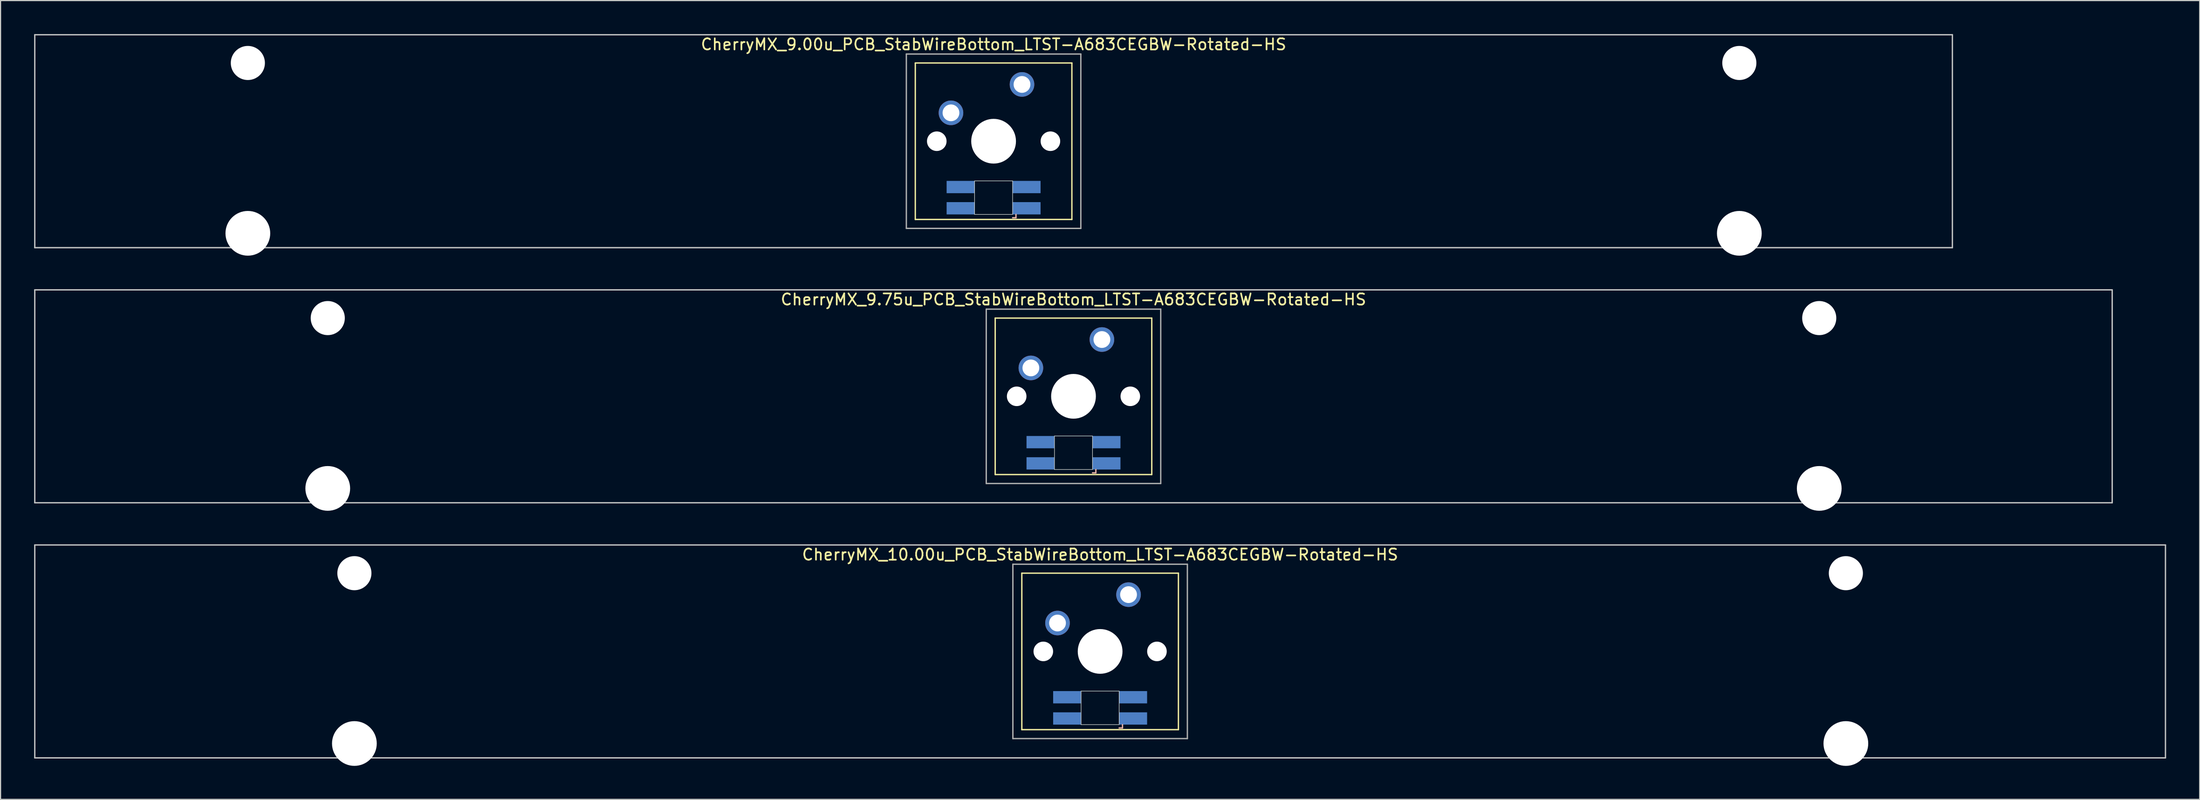
<source format=kicad_pcb>
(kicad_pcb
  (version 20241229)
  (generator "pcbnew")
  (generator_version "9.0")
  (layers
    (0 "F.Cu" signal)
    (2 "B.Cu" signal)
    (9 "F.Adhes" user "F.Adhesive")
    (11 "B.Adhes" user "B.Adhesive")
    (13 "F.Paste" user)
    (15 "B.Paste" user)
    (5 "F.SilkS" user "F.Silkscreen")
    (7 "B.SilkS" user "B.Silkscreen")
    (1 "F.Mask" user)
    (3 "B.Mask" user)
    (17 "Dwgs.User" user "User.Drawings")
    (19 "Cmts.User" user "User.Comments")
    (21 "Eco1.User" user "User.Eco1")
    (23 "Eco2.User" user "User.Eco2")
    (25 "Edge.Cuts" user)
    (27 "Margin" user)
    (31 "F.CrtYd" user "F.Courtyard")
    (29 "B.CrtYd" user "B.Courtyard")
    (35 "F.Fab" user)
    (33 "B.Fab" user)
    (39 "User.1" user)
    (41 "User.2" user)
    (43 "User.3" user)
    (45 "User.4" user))
  (footprint "CherryMX_9.75u_PCB_StabWireBottom_LTST-A683CEGBW-Rotated-HS"
    (layer "F.Cu")
    (at 92.929 32.41)
    (property "Reference" "CherryMX_9.75u_PCB_StabWireBottom_LTST-A683CEGBW-Rotated-HS" (at 0 -8.662 0) (layer "F.SilkS") (effects (font (size 1 1) (thickness 0.15))))
    (attr through_hole)
    (fp_line (start -7 -7) (end -7 7) (stroke (width 0.12) (type solid)) (layer "F.SilkS"))
    (fp_line (start -7 -7) (end 7 -7) (stroke (width 0.12) (type solid)) (layer "F.SilkS"))
    (fp_line (start 7 -7) (end 7 7) (stroke (width 0.12) (type solid)) (layer "F.SilkS"))
    (fp_line (start 7 7) (end -7 7) (stroke (width 0.12) (type solid)) (layer "F.SilkS"))
    (fp_line (start 1.7 6.85) (end 2 6.85) (stroke (width 0.12) (type solid)) (layer "B.SilkS"))
    (fp_line (start 2 6.85) (end 2 6.55) (stroke (width 0.12) (type solid)) (layer "B.SilkS"))
    (fp_line (start -92.869 -9.525) (end 92.869 -9.525) (stroke (width 0.12) (type solid)) (layer "Dwgs.User"))
    (fp_line (start -92.869 9.525) (end -92.869 -9.525) (stroke (width 0.12) (type solid)) (layer "Dwgs.User"))
    (fp_line (start 92.869 -9.525) (end 92.869 9.525) (stroke (width 0.12) (type solid)) (layer "Dwgs.User"))
    (fp_line (start 92.869 9.525) (end -92.869 9.525) (stroke (width 0.12) (type solid)) (layer "Dwgs.User"))
    (fp_line (start -1.7 3.55) (end 1.7 3.55) (stroke (width 0.05) (type solid)) (layer "Edge.Cuts"))
    (fp_line (start -1.7 6.55) (end -1.7 3.55) (stroke (width 0.05) (type solid)) (layer "Edge.Cuts"))
    (fp_line (start 1.7 3.55) (end 1.7 6.55) (stroke (width 0.05) (type solid)) (layer "Edge.Cuts"))
    (fp_line (start 1.7 6.55) (end -1.7 6.55) (stroke (width 0.05) (type solid)) (layer "Edge.Cuts"))
    (fp_line (start -7.8 -7.8) (end -7.8 7.8) (stroke (width 0.12) (type solid)) (layer "F.Fab"))
    (fp_line (start -7.8 -7.8) (end 7.8 -7.8) (stroke (width 0.12) (type solid)) (layer "F.Fab"))
    (fp_line (start -7.8 7.8) (end 7.8 7.8) (stroke (width 0.12) (type solid)) (layer "F.Fab"))
    (fp_line (start 7.8 -7.8) (end 7.8 7.8) (stroke (width 0.12) (type solid)) (layer "F.Fab"))
    (pad "" np_thru_hole circle (at -66.675 -7) (size 3.05 3.05) (drill 3.05) (layers "*.Cu" "*.Mask"))
    (pad "" np_thru_hole circle (at -66.675 8.24) (size 4 4) (drill 4) (layers "*.Cu" "*.Mask"))
    (pad "" np_thru_hole circle (at -5.08 0) (size 1.75 1.75) (drill 1.75) (layers "*.Cu" "*.Mask"))
    (pad "" np_thru_hole circle (at 0 0) (size 4 4) (drill 4) (layers "*.Cu" "*.Mask"))
    (pad "" np_thru_hole circle (at 5.08 0) (size 1.75 1.75) (drill 1.75) (layers "*.Cu" "*.Mask"))
    (pad "" np_thru_hole circle (at 66.675 -7) (size 3.05 3.05) (drill 3.05) (layers "*.Cu" "*.Mask"))
    (pad "" np_thru_hole circle (at 66.675 8.24) (size 4 4) (drill 4) (layers "*.Cu" "*.Mask"))
    (pad "1" thru_hole circle (at -3.81 -2.54) (size 2.2 2.2) (drill 1.5) (layers "*.Cu" "*.Mask"))
    (pad "2" thru_hole circle (at 2.54 -5.08) (size 2.2 2.2) (drill 1.5) (layers "*.Cu" "*.Mask"))
    (pad "3" smd rect (at 2.95 6) (size 2.5 1.1) (layers "B.Cu" "B.Mask" "B.Paste"))
    (pad "4" smd rect (at 2.95 4.1) (size 2.5 1.1) (layers "B.Cu" "B.Mask" "B.Paste"))
    (pad "5" smd rect (at -2.95 6) (size 2.5 1.1) (layers "B.Cu" "B.Mask" "B.Paste"))
    (pad "6" smd rect (at -2.95 4.1) (size 2.5 1.1) (layers "B.Cu" "B.Mask" "B.Paste")))
  (footprint "CherryMX_10.00u_PCB_StabWireBottom_LTST-A683CEGBW-Rotated-HS"
    (layer "F.Cu")
    (at 95.31 55.235)
    (property "Reference" "CherryMX_10.00u_PCB_StabWireBottom_LTST-A683CEGBW-Rotated-HS" (at 0 -8.662 0) (layer "F.SilkS") (effects (font (size 1 1) (thickness 0.15))))
    (attr through_hole)
    (fp_line (start -7 -7) (end -7 7) (stroke (width 0.12) (type solid)) (layer "F.SilkS"))
    (fp_line (start -7 -7) (end 7 -7) (stroke (width 0.12) (type solid)) (layer "F.SilkS"))
    (fp_line (start 7 -7) (end 7 7) (stroke (width 0.12) (type solid)) (layer "F.SilkS"))
    (fp_line (start 7 7) (end -7 7) (stroke (width 0.12) (type solid)) (layer "F.SilkS"))
    (fp_line (start 1.7 6.85) (end 2 6.85) (stroke (width 0.12) (type solid)) (layer "B.SilkS"))
    (fp_line (start 2 6.85) (end 2 6.55) (stroke (width 0.12) (type solid)) (layer "B.SilkS"))
    (fp_line (start -95.25 -9.525) (end 95.25 -9.525) (stroke (width 0.12) (type solid)) (layer "Dwgs.User"))
    (fp_line (start -95.25 9.525) (end -95.25 -9.525) (stroke (width 0.12) (type solid)) (layer "Dwgs.User"))
    (fp_line (start 95.25 -9.525) (end 95.25 9.525) (stroke (width 0.12) (type solid)) (layer "Dwgs.User"))
    (fp_line (start 95.25 9.525) (end -95.25 9.525) (stroke (width 0.12) (type solid)) (layer "Dwgs.User"))
    (fp_line (start -1.7 3.55) (end 1.7 3.55) (stroke (width 0.05) (type solid)) (layer "Edge.Cuts"))
    (fp_line (start -1.7 6.55) (end -1.7 3.55) (stroke (width 0.05) (type solid)) (layer "Edge.Cuts"))
    (fp_line (start 1.7 3.55) (end 1.7 6.55) (stroke (width 0.05) (type solid)) (layer "Edge.Cuts"))
    (fp_line (start 1.7 6.55) (end -1.7 6.55) (stroke (width 0.05) (type solid)) (layer "Edge.Cuts"))
    (fp_line (start -7.8 -7.8) (end -7.8 7.8) (stroke (width 0.12) (type solid)) (layer "F.Fab"))
    (fp_line (start -7.8 -7.8) (end 7.8 -7.8) (stroke (width 0.12) (type solid)) (layer "F.Fab"))
    (fp_line (start -7.8 7.8) (end 7.8 7.8) (stroke (width 0.12) (type solid)) (layer "F.Fab"))
    (fp_line (start 7.8 -7.8) (end 7.8 7.8) (stroke (width 0.12) (type solid)) (layer "F.Fab"))
    (pad "" np_thru_hole circle (at -66.675 -7) (size 3.05 3.05) (drill 3.05) (layers "*.Cu" "*.Mask"))
    (pad "" np_thru_hole circle (at -66.675 8.24) (size 4 4) (drill 4) (layers "*.Cu" "*.Mask"))
    (pad "" np_thru_hole circle (at -5.08 0) (size 1.75 1.75) (drill 1.75) (layers "*.Cu" "*.Mask"))
    (pad "" np_thru_hole circle (at 0 0) (size 4 4) (drill 4) (layers "*.Cu" "*.Mask"))
    (pad "" np_thru_hole circle (at 5.08 0) (size 1.75 1.75) (drill 1.75) (layers "*.Cu" "*.Mask"))
    (pad "" np_thru_hole circle (at 66.675 -7) (size 3.05 3.05) (drill 3.05) (layers "*.Cu" "*.Mask"))
    (pad "" np_thru_hole circle (at 66.675 8.24) (size 4 4) (drill 4) (layers "*.Cu" "*.Mask"))
    (pad "1" thru_hole circle (at -3.81 -2.54) (size 2.2 2.2) (drill 1.5) (layers "*.Cu" "*.Mask"))
    (pad "2" thru_hole circle (at 2.54 -5.08) (size 2.2 2.2) (drill 1.5) (layers "*.Cu" "*.Mask"))
    (pad "3" smd rect (at 2.95 6) (size 2.5 1.1) (layers "B.Cu" "B.Mask" "B.Paste"))
    (pad "4" smd rect (at 2.95 4.1) (size 2.5 1.1) (layers "B.Cu" "B.Mask" "B.Paste"))
    (pad "5" smd rect (at -2.95 6) (size 2.5 1.1) (layers "B.Cu" "B.Mask" "B.Paste"))
    (pad "6" smd rect (at -2.95 4.1) (size 2.5 1.1) (layers "B.Cu" "B.Mask" "B.Paste")))
  (footprint "CherryMX_9.00u_PCB_StabWireBottom_LTST-A683CEGBW-Rotated-HS"
    (layer "F.Cu")
    (at 85.785 9.585)
    (property "Reference" "CherryMX_9.00u_PCB_StabWireBottom_LTST-A683CEGBW-Rotated-HS" (at 0 -8.662 0) (layer "F.SilkS") (effects (font (size 1 1) (thickness 0.15))))
    (attr through_hole)
    (fp_line (start -7 -7) (end -7 7) (stroke (width 0.12) (type solid)) (layer "F.SilkS"))
    (fp_line (start -7 -7) (end 7 -7) (stroke (width 0.12) (type solid)) (layer "F.SilkS"))
    (fp_line (start 7 -7) (end 7 7) (stroke (width 0.12) (type solid)) (layer "F.SilkS"))
    (fp_line (start 7 7) (end -7 7) (stroke (width 0.12) (type solid)) (layer "F.SilkS"))
    (fp_line (start 1.7 6.85) (end 2 6.85) (stroke (width 0.12) (type solid)) (layer "B.SilkS"))
    (fp_line (start 2 6.85) (end 2 6.55) (stroke (width 0.12) (type solid)) (layer "B.SilkS"))
    (fp_line (start -85.725 -9.525) (end 85.725 -9.525) (stroke (width 0.12) (type solid)) (layer "Dwgs.User"))
    (fp_line (start -85.725 9.525) (end -85.725 -9.525) (stroke (width 0.12) (type solid)) (layer "Dwgs.User"))
    (fp_line (start 85.725 -9.525) (end 85.725 9.525) (stroke (width 0.12) (type solid)) (layer "Dwgs.User"))
    (fp_line (start 85.725 9.525) (end -85.725 9.525) (stroke (width 0.12) (type solid)) (layer "Dwgs.User"))
    (fp_line (start -1.7 3.55) (end 1.7 3.55) (stroke (width 0.05) (type solid)) (layer "Edge.Cuts"))
    (fp_line (start -1.7 6.55) (end -1.7 3.55) (stroke (width 0.05) (type solid)) (layer "Edge.Cuts"))
    (fp_line (start 1.7 3.55) (end 1.7 6.55) (stroke (width 0.05) (type solid)) (layer "Edge.Cuts"))
    (fp_line (start 1.7 6.55) (end -1.7 6.55) (stroke (width 0.05) (type solid)) (layer "Edge.Cuts"))
    (fp_line (start -7.8 -7.8) (end -7.8 7.8) (stroke (width 0.12) (type solid)) (layer "F.Fab"))
    (fp_line (start -7.8 -7.8) (end 7.8 -7.8) (stroke (width 0.12) (type solid)) (layer "F.Fab"))
    (fp_line (start -7.8 7.8) (end 7.8 7.8) (stroke (width 0.12) (type solid)) (layer "F.Fab"))
    (fp_line (start 7.8 -7.8) (end 7.8 7.8) (stroke (width 0.12) (type solid)) (layer "F.Fab"))
    (pad "" np_thru_hole circle (at -66.675 -7) (size 3.05 3.05) (drill 3.05) (layers "*.Cu" "*.Mask"))
    (pad "" np_thru_hole circle (at -66.675 8.24) (size 4 4) (drill 4) (layers "*.Cu" "*.Mask"))
    (pad "" np_thru_hole circle (at -5.08 0) (size 1.75 1.75) (drill 1.75) (layers "*.Cu" "*.Mask"))
    (pad "" np_thru_hole circle (at 0 0) (size 4 4) (drill 4) (layers "*.Cu" "*.Mask"))
    (pad "" np_thru_hole circle (at 5.08 0) (size 1.75 1.75) (drill 1.75) (layers "*.Cu" "*.Mask"))
    (pad "" np_thru_hole circle (at 66.675 -7) (size 3.05 3.05) (drill 3.05) (layers "*.Cu" "*.Mask"))
    (pad "" np_thru_hole circle (at 66.675 8.24) (size 4 4) (drill 4) (layers "*.Cu" "*.Mask"))
    (pad "1" thru_hole circle (at -3.81 -2.54) (size 2.2 2.2) (drill 1.5) (layers "*.Cu" "*.Mask"))
    (pad "2" thru_hole circle (at 2.54 -5.08) (size 2.2 2.2) (drill 1.5) (layers "*.Cu" "*.Mask"))
    (pad "3" smd rect (at 2.95 6) (size 2.5 1.1) (layers "B.Cu" "B.Mask" "B.Paste"))
    (pad "4" smd rect (at 2.95 4.1) (size 2.5 1.1) (layers "B.Cu" "B.Mask" "B.Paste"))
    (pad "5" smd rect (at -2.95 6) (size 2.5 1.1) (layers "B.Cu" "B.Mask" "B.Paste"))
    (pad "6" smd rect (at -2.95 4.1) (size 2.5 1.1) (layers "B.Cu" "B.Mask" "B.Paste")))
  (gr_rect
    (start -3 -3)
    (end 193.62 68.475)
    (stroke (width 0.1) (type default))
    (fill no)
    (layer "Edge.Cuts")))
</source>
